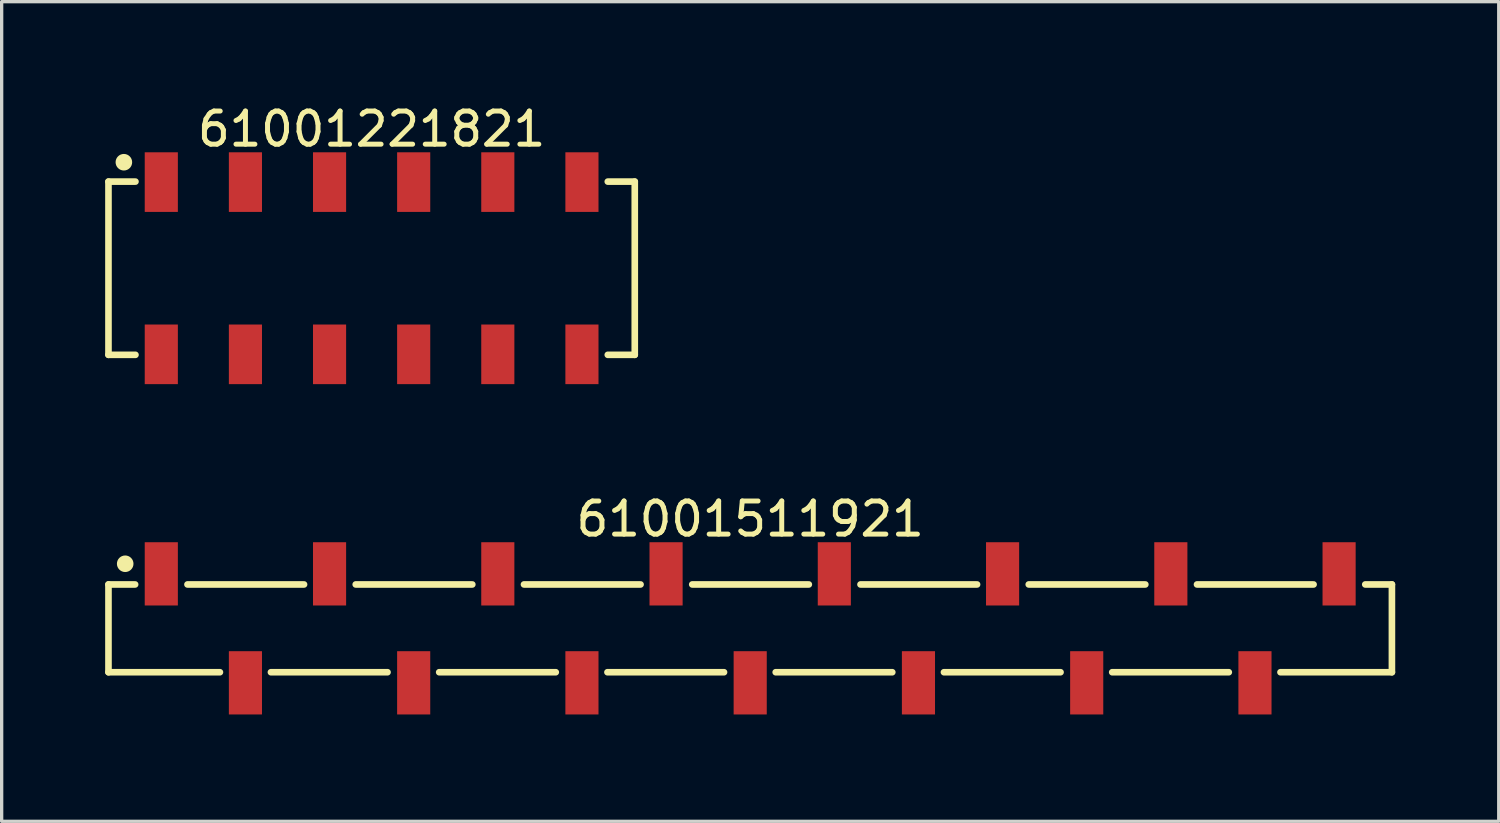
<source format=kicad_pcb>
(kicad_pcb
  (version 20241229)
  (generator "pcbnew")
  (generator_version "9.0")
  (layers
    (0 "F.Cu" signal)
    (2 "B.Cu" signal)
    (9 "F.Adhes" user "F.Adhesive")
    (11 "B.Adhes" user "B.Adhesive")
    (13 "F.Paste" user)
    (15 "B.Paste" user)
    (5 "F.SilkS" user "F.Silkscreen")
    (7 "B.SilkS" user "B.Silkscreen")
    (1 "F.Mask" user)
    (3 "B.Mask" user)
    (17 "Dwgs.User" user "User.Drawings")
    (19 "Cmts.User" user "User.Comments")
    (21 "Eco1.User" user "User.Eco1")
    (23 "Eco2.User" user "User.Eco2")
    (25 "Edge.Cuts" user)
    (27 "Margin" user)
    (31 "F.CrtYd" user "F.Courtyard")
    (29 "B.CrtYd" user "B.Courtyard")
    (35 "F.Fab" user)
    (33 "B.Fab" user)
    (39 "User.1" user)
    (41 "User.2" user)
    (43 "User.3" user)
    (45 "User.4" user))
  (footprint "61001221821"
    (layer "F.Cu")
    (at 8.17 5.048)
    (property "Reference" "61001221821" (at 0 -4.2 0) (layer "F.SilkS") (effects (font (size 1 1) (thickness 0.15))))
    (fp_line (start -7.945 -2.615) (end -7.13 -2.615) (stroke (width 0.2) (type solid)) (layer "F.SilkS"))
    (fp_line (start -7.945 2.615) (end -7.945 -2.615) (stroke (width 0.2) (type solid)) (layer "F.SilkS"))
    (fp_line (start -7.945 2.615) (end -7.13 2.615) (stroke (width 0.2) (type solid)) (layer "F.SilkS"))
    (fp_line (start 7.13 -2.615) (end 7.945 -2.615) (stroke (width 0.2) (type solid)) (layer "F.SilkS"))
    (fp_line (start 7.13 2.615) (end 7.945 2.615) (stroke (width 0.2) (type solid)) (layer "F.SilkS"))
    (fp_line (start 7.945 2.615) (end 7.945 -2.615) (stroke (width 0.2) (type solid)) (layer "F.SilkS"))
    (fp_circle (center -7.48 -3.2) (end -7.48 -3.325) (stroke (width 0.25) (type solid)) (fill no) (layer "F.SilkS"))
    (fp_line (start -8.145 -3.7) (end 8.145 -3.7) (stroke (width 0.05) (type solid)) (layer "Eco2.User"))
    (fp_line (start -8.145 3.7) (end -8.145 -3.7) (stroke (width 0.05) (type solid)) (layer "Eco2.User"))
    (fp_line (start -8.145 3.7) (end 8.145 3.7) (stroke (width 0.05) (type solid)) (layer "Eco2.User"))
    (fp_line (start -7.87 -2.54) (end 7.87 -2.54) (stroke (width 0.1) (type solid)) (layer "Eco2.User"))
    (fp_line (start -7.87 2.54) (end -7.87 -2.54) (stroke (width 0.1) (type solid)) (layer "Eco2.User"))
    (fp_line (start -7.87 2.54) (end 7.87 2.54) (stroke (width 0.1) (type solid)) (layer "Eco2.User"))
    (fp_line (start -6.67 -3.35) (end -6.03 -3.35) (stroke (width 0.1) (type solid)) (layer "Eco2.User"))
    (fp_line (start -6.67 -2.54) (end -6.67 -3.35) (stroke (width 0.1) (type solid)) (layer "Eco2.User"))
    (fp_line (start -6.67 3.35) (end -6.67 2.54) (stroke (width 0.1) (type solid)) (layer "Eco2.User"))
    (fp_line (start -6.67 3.35) (end -6.03 3.35) (stroke (width 0.1) (type solid)) (layer "Eco2.User"))
    (fp_line (start -6.03 -2.54) (end -6.03 -3.35) (stroke (width 0.1) (type solid)) (layer "Eco2.User"))
    (fp_line (start -6.03 3.35) (end -6.03 2.54) (stroke (width 0.1) (type solid)) (layer "Eco2.User"))
    (fp_line (start -4.13 -3.35) (end -3.49 -3.35) (stroke (width 0.1) (type solid)) (layer "Eco2.User"))
    (fp_line (start -4.13 -2.54) (end -4.13 -3.35) (stroke (width 0.1) (type solid)) (layer "Eco2.User"))
    (fp_line (start -4.13 3.35) (end -4.13 2.54) (stroke (width 0.1) (type solid)) (layer "Eco2.User"))
    (fp_line (start -4.13 3.35) (end -3.49 3.35) (stroke (width 0.1) (type solid)) (layer "Eco2.User"))
    (fp_line (start -3.49 -2.54) (end -3.49 -3.35) (stroke (width 0.1) (type solid)) (layer "Eco2.User"))
    (fp_line (start -3.49 3.35) (end -3.49 2.54) (stroke (width 0.1) (type solid)) (layer "Eco2.User"))
    (fp_line (start -1.59 -3.35) (end -0.95 -3.35) (stroke (width 0.1) (type solid)) (layer "Eco2.User"))
    (fp_line (start -1.59 -2.54) (end -1.59 -3.35) (stroke (width 0.1) (type solid)) (layer "Eco2.User"))
    (fp_line (start -1.59 3.35) (end -1.59 2.54) (stroke (width 0.1) (type solid)) (layer "Eco2.User"))
    (fp_line (start -1.59 3.35) (end -0.95 3.35) (stroke (width 0.1) (type solid)) (layer "Eco2.User"))
    (fp_line (start -0.95 -2.54) (end -0.95 -3.35) (stroke (width 0.1) (type solid)) (layer "Eco2.User"))
    (fp_line (start -0.95 3.35) (end -0.95 2.54) (stroke (width 0.1) (type solid)) (layer "Eco2.User"))
    (fp_line (start -0.5 0) (end 0.5 0) (stroke (width 0.05) (type solid)) (layer "Eco2.User"))
    (fp_line (start 0 0.5) (end 0 -0.5) (stroke (width 0.05) (type solid)) (layer "Eco2.User"))
    (fp_line (start 0.95 -3.35) (end 1.59 -3.35) (stroke (width 0.1) (type solid)) (layer "Eco2.User"))
    (fp_line (start 0.95 -2.54) (end 0.95 -3.35) (stroke (width 0.1) (type solid)) (layer "Eco2.User"))
    (fp_line (start 0.95 3.35) (end 0.95 2.54) (stroke (width 0.1) (type solid)) (layer "Eco2.User"))
    (fp_line (start 0.95 3.35) (end 1.59 3.35) (stroke (width 0.1) (type solid)) (layer "Eco2.User"))
    (fp_line (start 1.59 -2.54) (end 1.59 -3.35) (stroke (width 0.1) (type solid)) (layer "Eco2.User"))
    (fp_line (start 1.59 3.35) (end 1.59 2.54) (stroke (width 0.1) (type solid)) (layer "Eco2.User"))
    (fp_line (start 3.49 -3.35) (end 4.13 -3.35) (stroke (width 0.1) (type solid)) (layer "Eco2.User"))
    (fp_line (start 3.49 -2.54) (end 3.49 -3.35) (stroke (width 0.1) (type solid)) (layer "Eco2.User"))
    (fp_line (start 3.49 3.35) (end 3.49 2.54) (stroke (width 0.1) (type solid)) (layer "Eco2.User"))
    (fp_line (start 3.49 3.35) (end 4.13 3.35) (stroke (width 0.1) (type solid)) (layer "Eco2.User"))
    (fp_line (start 4.13 -2.54) (end 4.13 -3.35) (stroke (width 0.1) (type solid)) (layer "Eco2.User"))
    (fp_line (start 4.13 3.35) (end 4.13 2.54) (stroke (width 0.1) (type solid)) (layer "Eco2.User"))
    (fp_line (start 6.03 -3.35) (end 6.67 -3.35) (stroke (width 0.1) (type solid)) (layer "Eco2.User"))
    (fp_line (start 6.03 -2.54) (end 6.03 -3.35) (stroke (width 0.1) (type solid)) (layer "Eco2.User"))
    (fp_line (start 6.03 3.35) (end 6.03 2.54) (stroke (width 0.1) (type solid)) (layer "Eco2.User"))
    (fp_line (start 6.03 3.35) (end 6.67 3.35) (stroke (width 0.1) (type solid)) (layer "Eco2.User"))
    (fp_line (start 6.67 -2.54) (end 6.67 -3.35) (stroke (width 0.1) (type solid)) (layer "Eco2.User"))
    (fp_line (start 6.67 3.35) (end 6.67 2.54) (stroke (width 0.1) (type solid)) (layer "Eco2.User"))
    (fp_line (start 7.87 2.54) (end 7.87 -2.54) (stroke (width 0.1) (type solid)) (layer "Eco2.User"))
    (fp_line (start 8.145 3.7) (end 8.145 -3.7) (stroke (width 0.05) (type solid)) (layer "Eco2.User"))
    (fp_text user "${REFERENCE}" (at 0.15 -0.197 0) (unlocked yes) (layer "User.3") (effects (font (size 1.5 1.5) (thickness 0.15))))
    (pad "1" smd rect (at -6.35 -2.6) (size 1 1.8) (layers "F.Cu" "F.Mask" "F.Paste"))
    (pad "2" smd rect (at -6.35 2.6) (size 1 1.8) (layers "F.Cu" "F.Mask" "F.Paste"))
    (pad "3" smd rect (at -3.81 -2.6) (size 1 1.8) (layers "F.Cu" "F.Mask" "F.Paste"))
    (pad "4" smd rect (at -3.81 2.6) (size 1 1.8) (layers "F.Cu" "F.Mask" "F.Paste"))
    (pad "5" smd rect (at -1.27 -2.6) (size 1 1.8) (layers "F.Cu" "F.Mask" "F.Paste"))
    (pad "6" smd rect (at -1.27 2.6) (size 1 1.8) (layers "F.Cu" "F.Mask" "F.Paste"))
    (pad "7" smd rect (at 1.27 -2.6) (size 1 1.8) (layers "F.Cu" "F.Mask" "F.Paste"))
    (pad "8" smd rect (at 1.27 2.6) (size 1 1.8) (layers "F.Cu" "F.Mask" "F.Paste"))
    (pad "9" smd rect (at 3.81 -2.6) (size 1 1.8) (layers "F.Cu" "F.Mask" "F.Paste"))
    (pad "10" smd rect (at 3.81 2.6) (size 1 1.8) (layers "F.Cu" "F.Mask" "F.Paste"))
    (pad "11" smd rect (at 6.35 -2.6) (size 1 1.8) (layers "F.Cu" "F.Mask" "F.Paste"))
    (pad "12" smd rect (at 6.35 2.6) (size 1 1.8) (layers "F.Cu" "F.Mask" "F.Paste")))
  (footprint "61001511921"
    (layer "F.Cu")
    (at 19.6 15.921)
    (property "Reference" "61001511921" (at 0 -3.3 0) (layer "F.SilkS") (effects (font (size 1 1) (thickness 0.15))))
    (fp_line (start -19.375 -1.325) (end -18.57 -1.325) (stroke (width 0.2) (type solid)) (layer "F.SilkS"))
    (fp_line (start -19.375 1.325) (end -19.375 -1.325) (stroke (width 0.2) (type solid)) (layer "F.SilkS"))
    (fp_line (start -19.375 1.325) (end -16.01 1.325) (stroke (width 0.2) (type solid)) (layer "F.SilkS"))
    (fp_line (start -16.99 -1.325) (end -13.47 -1.325) (stroke (width 0.2) (type solid)) (layer "F.SilkS"))
    (fp_line (start -14.47 1.325) (end -10.95 1.325) (stroke (width 0.2) (type solid)) (layer "F.SilkS"))
    (fp_line (start -11.91 -1.325) (end -8.39 -1.325) (stroke (width 0.2) (type solid)) (layer "F.SilkS"))
    (fp_line (start -9.39 1.325) (end -5.87 1.325) (stroke (width 0.2) (type solid)) (layer "F.SilkS"))
    (fp_line (start -6.83 -1.325) (end -3.31 -1.325) (stroke (width 0.2) (type solid)) (layer "F.SilkS"))
    (fp_line (start -4.31 1.325) (end -0.79 1.325) (stroke (width 0.2) (type solid)) (layer "F.SilkS"))
    (fp_line (start -1.75 -1.325) (end 1.77 -1.325) (stroke (width 0.2) (type solid)) (layer "F.SilkS"))
    (fp_line (start 0.77 1.325) (end 4.29 1.325) (stroke (width 0.2) (type solid)) (layer "F.SilkS"))
    (fp_line (start 3.33 -1.325) (end 6.85 -1.325) (stroke (width 0.2) (type solid)) (layer "F.SilkS"))
    (fp_line (start 5.85 1.325) (end 9.37 1.325) (stroke (width 0.2) (type solid)) (layer "F.SilkS"))
    (fp_line (start 8.41 -1.325) (end 11.93 -1.325) (stroke (width 0.2) (type solid)) (layer "F.SilkS"))
    (fp_line (start 10.93 1.325) (end 14.45 1.325) (stroke (width 0.2) (type solid)) (layer "F.SilkS"))
    (fp_line (start 13.49 -1.325) (end 17.01 -1.325) (stroke (width 0.2) (type solid)) (layer "F.SilkS"))
    (fp_line (start 16.01 1.325) (end 19.375 1.325) (stroke (width 0.2) (type solid)) (layer "F.SilkS"))
    (fp_line (start 18.57 -1.325) (end 19.375 -1.325) (stroke (width 0.2) (type solid)) (layer "F.SilkS"))
    (fp_line (start 19.375 1.325) (end 19.375 -1.325) (stroke (width 0.2) (type solid)) (layer "F.SilkS"))
    (fp_circle (center -18.87 -1.95) (end -18.87 -2.075) (stroke (width 0.25) (type solid)) (fill no) (layer "F.SilkS"))
    (fp_line (start -19.575 -2.8) (end 19.575 -2.8) (stroke (width 0.05) (type solid)) (layer "Eco2.User"))
    (fp_line (start -19.575 2.8) (end -19.575 -2.8) (stroke (width 0.05) (type solid)) (layer "Eco2.User"))
    (fp_line (start -19.575 2.8) (end 19.575 2.8) (stroke (width 0.05) (type solid)) (layer "Eco2.User"))
    (fp_line (start -19.3 -1.25) (end 19.3 -1.25) (stroke (width 0.1) (type solid)) (layer "Eco2.User"))
    (fp_line (start -19.3 1.25) (end -19.3 -1.25) (stroke (width 0.1) (type solid)) (layer "Eco2.User"))
    (fp_line (start -19.3 1.25) (end 19.3 1.25) (stroke (width 0.1) (type solid)) (layer "Eco2.User"))
    (fp_line (start -18.03 -2.025) (end -17.53 -2.025) (stroke (width 0.1) (type solid)) (layer "Eco2.User"))
    (fp_line (start -18.03 -1.25) (end -18.03 -2.025) (stroke (width 0.1) (type solid)) (layer "Eco2.User"))
    (fp_line (start -17.53 -1.25) (end -17.53 -2.025) (stroke (width 0.1) (type solid)) (layer "Eco2.User"))
    (fp_line (start -15.49 2.025) (end -15.49 1.25) (stroke (width 0.1) (type solid)) (layer "Eco2.User"))
    (fp_line (start -15.49 2.025) (end -14.99 2.025) (stroke (width 0.1) (type solid)) (layer "Eco2.User"))
    (fp_line (start -14.99 2.025) (end -14.99 1.25) (stroke (width 0.1) (type solid)) (layer "Eco2.User"))
    (fp_line (start -12.95 -2.025) (end -12.45 -2.025) (stroke (width 0.1) (type solid)) (layer "Eco2.User"))
    (fp_line (start -12.95 -1.25) (end -12.95 -2.025) (stroke (width 0.1) (type solid)) (layer "Eco2.User"))
    (fp_line (start -12.45 -1.25) (end -12.45 -2.025) (stroke (width 0.1) (type solid)) (layer "Eco2.User"))
    (fp_line (start -10.41 2.025) (end -10.41 1.25) (stroke (width 0.1) (type solid)) (layer "Eco2.User"))
    (fp_line (start -10.41 2.025) (end -9.91 2.025) (stroke (width 0.1) (type solid)) (layer "Eco2.User"))
    (fp_line (start -9.91 2.025) (end -9.91 1.25) (stroke (width 0.1) (type solid)) (layer "Eco2.User"))
    (fp_line (start -7.87 -2.025) (end -7.37 -2.025) (stroke (width 0.1) (type solid)) (layer "Eco2.User"))
    (fp_line (start -7.87 -1.25) (end -7.87 -2.025) (stroke (width 0.1) (type solid)) (layer "Eco2.User"))
    (fp_line (start -7.37 -1.25) (end -7.37 -2.025) (stroke (width 0.1) (type solid)) (layer "Eco2.User"))
    (fp_line (start -5.33 2.025) (end -5.33 1.25) (stroke (width 0.1) (type solid)) (layer "Eco2.User"))
    (fp_line (start -5.33 2.025) (end -4.83 2.025) (stroke (width 0.1) (type solid)) (layer "Eco2.User"))
    (fp_line (start -4.83 2.025) (end -4.83 1.25) (stroke (width 0.1) (type solid)) (layer "Eco2.User"))
    (fp_line (start -2.79 -2.025) (end -2.29 -2.025) (stroke (width 0.1) (type solid)) (layer "Eco2.User"))
    (fp_line (start -2.79 -1.25) (end -2.79 -2.025) (stroke (width 0.1) (type solid)) (layer "Eco2.User"))
    (fp_line (start -2.29 -1.25) (end -2.29 -2.025) (stroke (width 0.1) (type solid)) (layer "Eco2.User"))
    (fp_line (start -0.5 0) (end 0.5 0) (stroke (width 0.05) (type solid)) (layer "Eco2.User"))
    (fp_line (start -0.25 2.025) (end -0.25 1.25) (stroke (width 0.1) (type solid)) (layer "Eco2.User"))
    (fp_line (start -0.25 2.025) (end 0.25 2.025) (stroke (width 0.1) (type solid)) (layer "Eco2.User"))
    (fp_line (start 0 0.5) (end 0 -0.5) (stroke (width 0.05) (type solid)) (layer "Eco2.User"))
    (fp_line (start 0.25 2.025) (end 0.25 1.25) (stroke (width 0.1) (type solid)) (layer "Eco2.User"))
    (fp_line (start 2.29 -2.025) (end 2.79 -2.025) (stroke (width 0.1) (type solid)) (layer "Eco2.User"))
    (fp_line (start 2.29 -1.25) (end 2.29 -2.025) (stroke (width 0.1) (type solid)) (layer "Eco2.User"))
    (fp_line (start 2.79 -1.25) (end 2.79 -2.025) (stroke (width 0.1) (type solid)) (layer "Eco2.User"))
    (fp_line (start 4.83 2.025) (end 4.83 1.25) (stroke (width 0.1) (type solid)) (layer "Eco2.User"))
    (fp_line (start 4.83 2.025) (end 5.33 2.025) (stroke (width 0.1) (type solid)) (layer "Eco2.User"))
    (fp_line (start 5.33 2.025) (end 5.33 1.25) (stroke (width 0.1) (type solid)) (layer "Eco2.User"))
    (fp_line (start 7.37 -2.025) (end 7.87 -2.025) (stroke (width 0.1) (type solid)) (layer "Eco2.User"))
    (fp_line (start 7.37 -1.25) (end 7.37 -2.025) (stroke (width 0.1) (type solid)) (layer "Eco2.User"))
    (fp_line (start 7.87 -1.25) (end 7.87 -2.025) (stroke (width 0.1) (type solid)) (layer "Eco2.User"))
    (fp_line (start 9.91 2.025) (end 9.91 1.25) (stroke (width 0.1) (type solid)) (layer "Eco2.User"))
    (fp_line (start 9.91 2.025) (end 10.41 2.025) (stroke (width 0.1) (type solid)) (layer "Eco2.User"))
    (fp_line (start 10.41 2.025) (end 10.41 1.25) (stroke (width 0.1) (type solid)) (layer "Eco2.User"))
    (fp_line (start 12.45 -2.025) (end 12.95 -2.025) (stroke (width 0.1) (type solid)) (layer "Eco2.User"))
    (fp_line (start 12.45 -1.25) (end 12.45 -2.025) (stroke (width 0.1) (type solid)) (layer "Eco2.User"))
    (fp_line (start 12.95 -1.25) (end 12.95 -2.025) (stroke (width 0.1) (type solid)) (layer "Eco2.User"))
    (fp_line (start 14.99 2.025) (end 14.99 1.25) (stroke (width 0.1) (type solid)) (layer "Eco2.User"))
    (fp_line (start 14.99 2.025) (end 15.49 2.025) (stroke (width 0.1) (type solid)) (layer "Eco2.User"))
    (fp_line (start 15.49 2.025) (end 15.49 1.25) (stroke (width 0.1) (type solid)) (layer "Eco2.User"))
    (fp_line (start 17.53 -2.025) (end 18.03 -2.025) (stroke (width 0.1) (type solid)) (layer "Eco2.User"))
    (fp_line (start 17.53 -1.25) (end 17.53 -2.025) (stroke (width 0.1) (type solid)) (layer "Eco2.User"))
    (fp_line (start 18.03 -1.25) (end 18.03 -2.025) (stroke (width 0.1) (type solid)) (layer "Eco2.User"))
    (fp_line (start 19.3 1.25) (end 19.3 -1.25) (stroke (width 0.1) (type solid)) (layer "Eco2.User"))
    (fp_line (start 19.575 2.8) (end 19.575 -2.8) (stroke (width 0.05) (type solid)) (layer "Eco2.User"))
    (fp_text user "${REFERENCE}" (at 0.15 -0.197 0) (unlocked yes) (layer "User.3") (effects (font (size 1.5 1.5) (thickness 0.15))))
    (pad "1" smd rect (at -17.78 -1.645) (size 1 1.91) (layers "F.Cu" "F.Mask" "F.Paste"))
    (pad "2" smd rect (at -15.24 1.645) (size 1 1.91) (layers "F.Cu" "F.Mask" "F.Paste"))
    (pad "3" smd rect (at -12.7 -1.645) (size 1 1.91) (layers "F.Cu" "F.Mask" "F.Paste"))
    (pad "4" smd rect (at -10.16 1.645) (size 1 1.91) (layers "F.Cu" "F.Mask" "F.Paste"))
    (pad "5" smd rect (at -7.62 -1.645) (size 1 1.91) (layers "F.Cu" "F.Mask" "F.Paste"))
    (pad "6" smd rect (at -5.08 1.645) (size 1 1.91) (layers "F.Cu" "F.Mask" "F.Paste"))
    (pad "7" smd rect (at -2.54 -1.645) (size 1 1.91) (layers "F.Cu" "F.Mask" "F.Paste"))
    (pad "8" smd rect (at 0 1.645) (size 1 1.91) (layers "F.Cu" "F.Mask" "F.Paste"))
    (pad "9" smd rect (at 2.54 -1.645) (size 1 1.91) (layers "F.Cu" "F.Mask" "F.Paste"))
    (pad "10" smd rect (at 5.08 1.645) (size 1 1.91) (layers "F.Cu" "F.Mask" "F.Paste"))
    (pad "11" smd rect (at 7.62 -1.645) (size 1 1.91) (layers "F.Cu" "F.Mask" "F.Paste"))
    (pad "12" smd rect (at 10.16 1.645) (size 1 1.91) (layers "F.Cu" "F.Mask" "F.Paste"))
    (pad "13" smd rect (at 12.7 -1.645) (size 1 1.91) (layers "F.Cu" "F.Mask" "F.Paste"))
    (pad "14" smd rect (at 15.24 1.645) (size 1 1.91) (layers "F.Cu" "F.Mask" "F.Paste"))
    (pad "15" smd rect (at 17.78 -1.645) (size 1 1.91) (layers "F.Cu" "F.Mask" "F.Paste")))
  (gr_rect
    (start -3 -3)
    (end 42.2 21.747)
    (stroke (width 0.1) (type default))
    (fill no)
    (layer "Edge.Cuts")))
</source>
